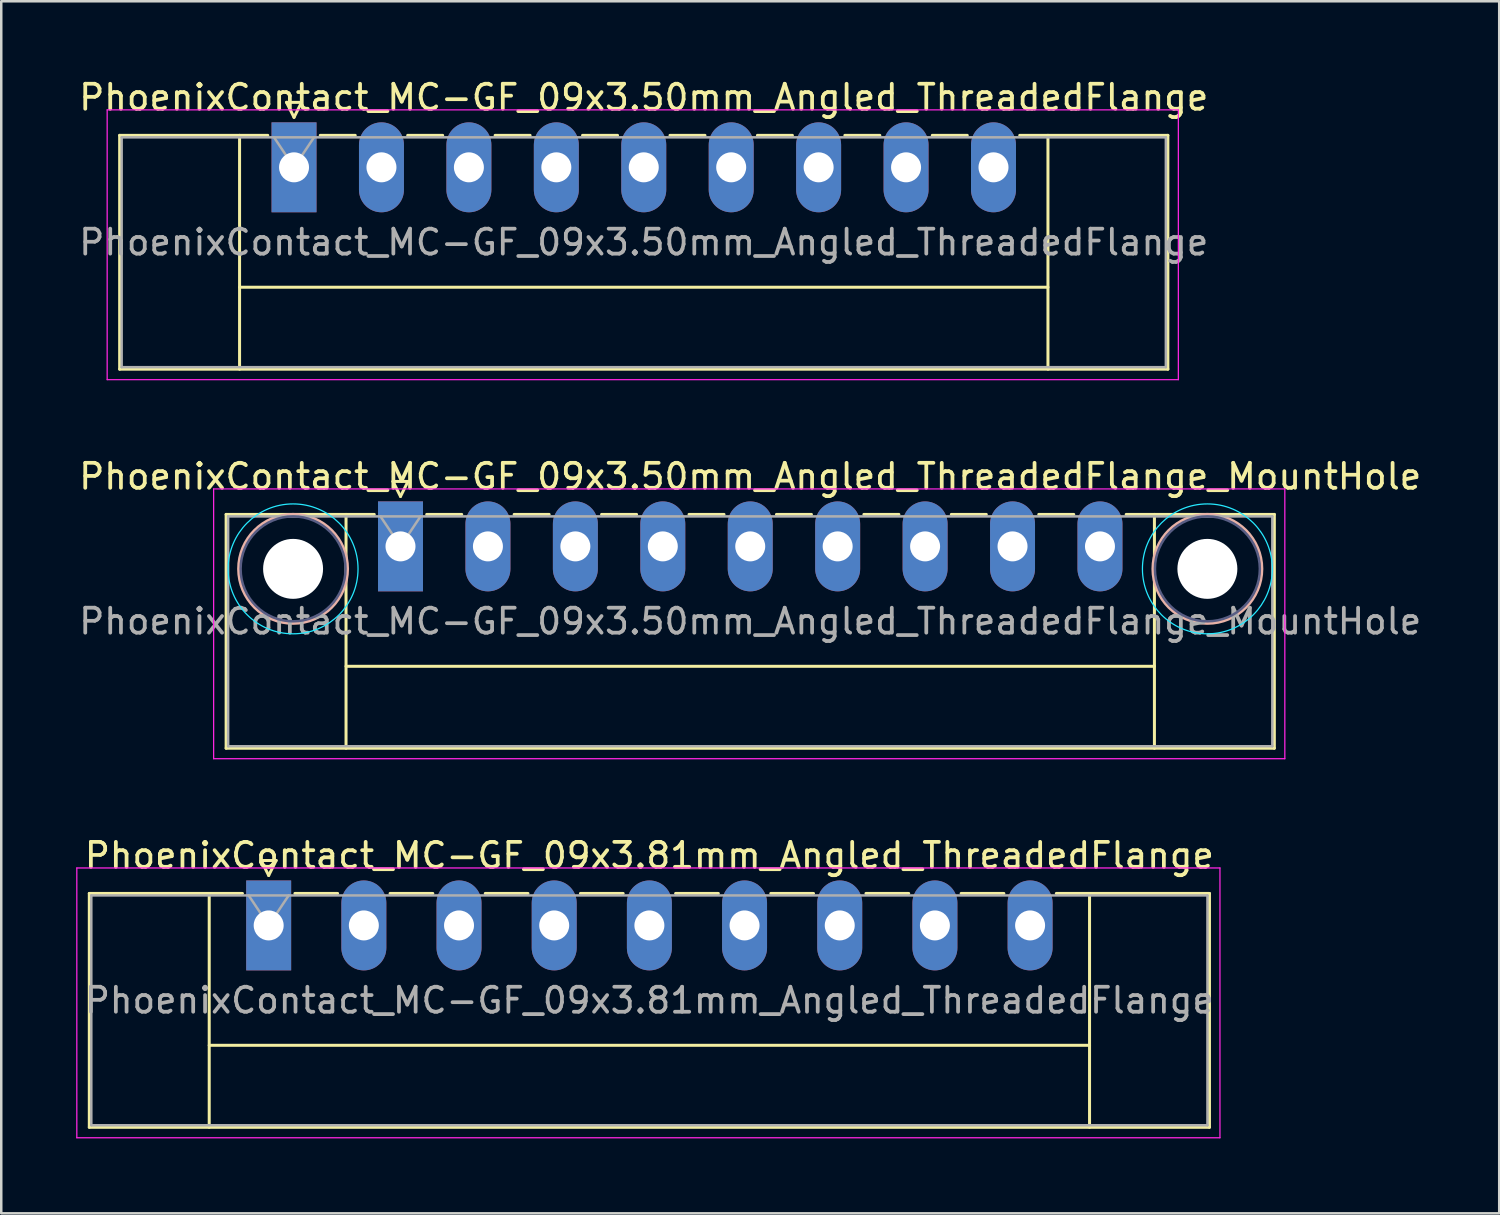
<source format=kicad_pcb>
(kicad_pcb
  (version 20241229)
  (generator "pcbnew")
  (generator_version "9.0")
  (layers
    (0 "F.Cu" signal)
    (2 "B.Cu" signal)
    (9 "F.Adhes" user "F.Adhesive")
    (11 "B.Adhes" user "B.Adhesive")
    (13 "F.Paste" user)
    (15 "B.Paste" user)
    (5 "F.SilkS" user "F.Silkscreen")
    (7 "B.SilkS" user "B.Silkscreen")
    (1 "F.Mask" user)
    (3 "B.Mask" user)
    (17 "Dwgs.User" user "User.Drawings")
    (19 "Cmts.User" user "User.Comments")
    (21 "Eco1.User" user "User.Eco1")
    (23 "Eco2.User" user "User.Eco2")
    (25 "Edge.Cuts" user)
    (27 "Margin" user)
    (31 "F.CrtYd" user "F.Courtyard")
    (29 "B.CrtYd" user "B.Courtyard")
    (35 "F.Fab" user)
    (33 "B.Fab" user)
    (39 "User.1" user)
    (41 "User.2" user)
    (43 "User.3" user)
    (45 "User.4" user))
  (footprint "PhoenixContact_MC-GF_09x3.50mm_Angled_ThreadedFlange_MountHole"
    (layer "F.Cu")
    (at 12.982 18.822)
    (property "Reference" "PhoenixContact_MC-GF_09x3.50mm_Angled_ThreadedFlange_MountHole" (at 14 -2.8 0) (layer "F.SilkS") (effects (font (size 1 1) (thickness 0.15))))
    (attr through_hole)
    (fp_line (start -6.98 -1.28) (end -6.98 8.08) (stroke (width 0.12) (type solid)) (layer "F.SilkS"))
    (fp_line (start -6.98 -1.28) (end -1.05 -1.28) (stroke (width 0.12) (type solid)) (layer "F.SilkS"))
    (fp_line (start -6.98 8.08) (end 34.98 8.08) (stroke (width 0.12) (type solid)) (layer "F.SilkS"))
    (fp_line (start -2.18 -1.28) (end -2.18 8.08) (stroke (width 0.12) (type solid)) (layer "F.SilkS"))
    (fp_line (start -2.18 4.8) (end 30.18 4.8) (stroke (width 0.12) (type solid)) (layer "F.SilkS"))
    (fp_line (start -0.3 -2.6) (end 0.3 -2.6) (stroke (width 0.12) (type solid)) (layer "F.SilkS"))
    (fp_line (start 0 -2) (end -0.3 -2.6) (stroke (width 0.12) (type solid)) (layer "F.SilkS"))
    (fp_line (start 0.3 -2.6) (end 0 -2) (stroke (width 0.12) (type solid)) (layer "F.SilkS"))
    (fp_line (start 1.05 -1.28) (end 2.45 -1.28) (stroke (width 0.12) (type solid)) (layer "F.SilkS"))
    (fp_line (start 4.55 -1.28) (end 5.95 -1.28) (stroke (width 0.12) (type solid)) (layer "F.SilkS"))
    (fp_line (start 8.05 -1.28) (end 9.45 -1.28) (stroke (width 0.12) (type solid)) (layer "F.SilkS"))
    (fp_line (start 11.55 -1.28) (end 12.95 -1.28) (stroke (width 0.12) (type solid)) (layer "F.SilkS"))
    (fp_line (start 15.05 -1.28) (end 16.45 -1.28) (stroke (width 0.12) (type solid)) (layer "F.SilkS"))
    (fp_line (start 18.55 -1.28) (end 19.95 -1.28) (stroke (width 0.12) (type solid)) (layer "F.SilkS"))
    (fp_line (start 22.05 -1.28) (end 23.45 -1.28) (stroke (width 0.12) (type solid)) (layer "F.SilkS"))
    (fp_line (start 25.55 -1.28) (end 26.95 -1.28) (stroke (width 0.12) (type solid)) (layer "F.SilkS"))
    (fp_line (start 30.18 -1.28) (end 30.18 8.08) (stroke (width 0.12) (type solid)) (layer "F.SilkS"))
    (fp_line (start 34.98 -1.28) (end 29.05 -1.28) (stroke (width 0.12) (type solid)) (layer "F.SilkS"))
    (fp_line (start 34.98 8.08) (end 34.98 -1.28) (stroke (width 0.12) (type solid)) (layer "F.SilkS"))
    (fp_circle (center -4.3 0.9) (end -2.12 0.9) (stroke (width 0.12) (type solid)) (fill no) (layer "B.SilkS"))
    (fp_circle (center 32.3 0.9) (end 34.48 0.9) (stroke (width 0.12) (type solid)) (fill no) (layer "B.SilkS"))
    (fp_circle (center -4.3 0.9) (end -1.7 0.9) (stroke (width 0.05) (type solid)) (fill no) (layer "B.CrtYd"))
    (fp_circle (center 32.3 0.9) (end 34.9 0.9) (stroke (width 0.05) (type solid)) (fill no) (layer "B.CrtYd"))
    (fp_line (start -7.48 -2.3) (end -7.48 8.5) (stroke (width 0.05) (type solid)) (layer "F.CrtYd"))
    (fp_line (start -7.48 8.5) (end 35.4 8.5) (stroke (width 0.05) (type solid)) (layer "F.CrtYd"))
    (fp_line (start 35.4 -2.3) (end -7.48 -2.3) (stroke (width 0.05) (type solid)) (layer "F.CrtYd"))
    (fp_line (start 35.4 8.5) (end 35.4 -2.3) (stroke (width 0.05) (type solid)) (layer "F.CrtYd"))
    (fp_circle (center -4.3 0.9) (end -2.2 0.9) (stroke (width 0.1) (type solid)) (fill no) (layer "B.Fab"))
    (fp_circle (center 32.3 0.9) (end 34.4 0.9) (stroke (width 0.1) (type solid)) (fill no) (layer "B.Fab"))
    (fp_line (start -6.9 -1.2) (end -6.9 8) (stroke (width 0.1) (type solid)) (layer "F.Fab"))
    (fp_line (start -6.9 8) (end 34.9 8) (stroke (width 0.1) (type solid)) (layer "F.Fab"))
    (fp_line (start 0 0) (end -0.8 -1.2) (stroke (width 0.1) (type solid)) (layer "F.Fab"))
    (fp_line (start 0.8 -1.2) (end 0 0) (stroke (width 0.1) (type solid)) (layer "F.Fab"))
    (fp_line (start 34.9 -1.2) (end -6.9 -1.2) (stroke (width 0.1) (type solid)) (layer "F.Fab"))
    (fp_line (start 34.9 8) (end 34.9 -1.2) (stroke (width 0.1) (type solid)) (layer "F.Fab"))
    (fp_text user "${REFERENCE}" (at 14 3 0) (layer "F.Fab") (effects (font (size 1 1) (thickness 0.15))))
    (pad "" np_thru_hole circle (at -4.3 0.9) (size 2.4 2.4) (drill 2.4) (layers "*.Cu" "*.Mask"))
    (pad "" np_thru_hole circle (at 32.3 0.9) (size 2.4 2.4) (drill 2.4) (layers "*.Cu" "*.Mask"))
    (pad "1" thru_hole rect (at 0 0) (size 1.8 3.6) (drill 1.2) (layers "*.Cu" "*.Mask"))
    (pad "2" thru_hole oval (at 3.5 0) (size 1.8 3.6) (drill 1.2) (layers "*.Cu" "*.Mask"))
    (pad "3" thru_hole oval (at 7 0) (size 1.8 3.6) (drill 1.2) (layers "*.Cu" "*.Mask"))
    (pad "4" thru_hole oval (at 10.5 0) (size 1.8 3.6) (drill 1.2) (layers "*.Cu" "*.Mask"))
    (pad "5" thru_hole oval (at 14 0) (size 1.8 3.6) (drill 1.2) (layers "*.Cu" "*.Mask"))
    (pad "6" thru_hole oval (at 17.5 0) (size 1.8 3.6) (drill 1.2) (layers "*.Cu" "*.Mask"))
    (pad "7" thru_hole oval (at 21 0) (size 1.8 3.6) (drill 1.2) (layers "*.Cu" "*.Mask"))
    (pad "8" thru_hole oval (at 24.5 0) (size 1.8 3.6) (drill 1.2) (layers "*.Cu" "*.Mask"))
    (pad "9" thru_hole oval (at 28 0) (size 1.8 3.6) (drill 1.2) (layers "*.Cu" "*.Mask")))
  (footprint "PhoenixContact_MC-GF_09x3.81mm_Angled_ThreadedFlange"
    (layer "F.Cu")
    (at 7.705 33.995)
    (property "Reference" "PhoenixContact_MC-GF_09x3.81mm_Angled_ThreadedFlange" (at 15.24 -2.8 0) (layer "F.SilkS") (effects (font (size 1 1) (thickness 0.15))))
    (attr through_hole)
    (fp_line (start -7.18 -1.28) (end -7.18 8.08) (stroke (width 0.12) (type solid)) (layer "F.SilkS"))
    (fp_line (start -7.18 -1.28) (end -1.05 -1.28) (stroke (width 0.12) (type solid)) (layer "F.SilkS"))
    (fp_line (start -7.18 8.08) (end 37.66 8.08) (stroke (width 0.12) (type solid)) (layer "F.SilkS"))
    (fp_line (start -2.38 -1.28) (end -2.38 8.08) (stroke (width 0.12) (type solid)) (layer "F.SilkS"))
    (fp_line (start -2.38 4.8) (end 32.86 4.8) (stroke (width 0.12) (type solid)) (layer "F.SilkS"))
    (fp_line (start -0.3 -2.6) (end 0.3 -2.6) (stroke (width 0.12) (type solid)) (layer "F.SilkS"))
    (fp_line (start 0 -2) (end -0.3 -2.6) (stroke (width 0.12) (type solid)) (layer "F.SilkS"))
    (fp_line (start 0.3 -2.6) (end 0 -2) (stroke (width 0.12) (type solid)) (layer "F.SilkS"))
    (fp_line (start 1.05 -1.28) (end 2.76 -1.28) (stroke (width 0.12) (type solid)) (layer "F.SilkS"))
    (fp_line (start 4.86 -1.28) (end 6.57 -1.28) (stroke (width 0.12) (type solid)) (layer "F.SilkS"))
    (fp_line (start 8.67 -1.28) (end 10.38 -1.28) (stroke (width 0.12) (type solid)) (layer "F.SilkS"))
    (fp_line (start 12.48 -1.28) (end 14.19 -1.28) (stroke (width 0.12) (type solid)) (layer "F.SilkS"))
    (fp_line (start 16.29 -1.28) (end 18 -1.28) (stroke (width 0.12) (type solid)) (layer "F.SilkS"))
    (fp_line (start 20.1 -1.28) (end 21.81 -1.28) (stroke (width 0.12) (type solid)) (layer "F.SilkS"))
    (fp_line (start 23.91 -1.28) (end 25.62 -1.28) (stroke (width 0.12) (type solid)) (layer "F.SilkS"))
    (fp_line (start 27.72 -1.28) (end 29.43 -1.28) (stroke (width 0.12) (type solid)) (layer "F.SilkS"))
    (fp_line (start 32.86 -1.28) (end 32.86 8.08) (stroke (width 0.12) (type solid)) (layer "F.SilkS"))
    (fp_line (start 37.66 -1.28) (end 31.53 -1.28) (stroke (width 0.12) (type solid)) (layer "F.SilkS"))
    (fp_line (start 37.66 8.08) (end 37.66 -1.28) (stroke (width 0.12) (type solid)) (layer "F.SilkS"))
    (fp_line (start -7.68 -2.3) (end -7.68 8.5) (stroke (width 0.05) (type solid)) (layer "F.CrtYd"))
    (fp_line (start -7.68 8.5) (end 38.08 8.5) (stroke (width 0.05) (type solid)) (layer "F.CrtYd"))
    (fp_line (start 38.08 -2.3) (end -7.68 -2.3) (stroke (width 0.05) (type solid)) (layer "F.CrtYd"))
    (fp_line (start 38.08 8.5) (end 38.08 -2.3) (stroke (width 0.05) (type solid)) (layer "F.CrtYd"))
    (fp_line (start -7.1 -1.2) (end -7.1 8) (stroke (width 0.1) (type solid)) (layer "F.Fab"))
    (fp_line (start -7.1 8) (end 37.58 8) (stroke (width 0.1) (type solid)) (layer "F.Fab"))
    (fp_line (start 0 0) (end -0.8 -1.2) (stroke (width 0.1) (type solid)) (layer "F.Fab"))
    (fp_line (start 0.8 -1.2) (end 0 0) (stroke (width 0.1) (type solid)) (layer "F.Fab"))
    (fp_line (start 37.58 -1.2) (end -7.1 -1.2) (stroke (width 0.1) (type solid)) (layer "F.Fab"))
    (fp_line (start 37.58 8) (end 37.58 -1.2) (stroke (width 0.1) (type solid)) (layer "F.Fab"))
    (fp_text user "${REFERENCE}" (at 15.24 3 0) (layer "F.Fab") (effects (font (size 1 1) (thickness 0.15))))
    (pad "1" thru_hole rect (at 0 0) (size 1.8 3.6) (drill 1.2) (layers "*.Cu" "*.Mask"))
    (pad "2" thru_hole oval (at 3.81 0) (size 1.8 3.6) (drill 1.2) (layers "*.Cu" "*.Mask"))
    (pad "3" thru_hole oval (at 7.62 0) (size 1.8 3.6) (drill 1.2) (layers "*.Cu" "*.Mask"))
    (pad "4" thru_hole oval (at 11.43 0) (size 1.8 3.6) (drill 1.2) (layers "*.Cu" "*.Mask"))
    (pad "5" thru_hole oval (at 15.24 0) (size 1.8 3.6) (drill 1.2) (layers "*.Cu" "*.Mask"))
    (pad "6" thru_hole oval (at 19.05 0) (size 1.8 3.6) (drill 1.2) (layers "*.Cu" "*.Mask"))
    (pad "7" thru_hole oval (at 22.86 0) (size 1.8 3.6) (drill 1.2) (layers "*.Cu" "*.Mask"))
    (pad "8" thru_hole oval (at 26.67 0) (size 1.8 3.6) (drill 1.2) (layers "*.Cu" "*.Mask"))
    (pad "9" thru_hole oval (at 30.48 0) (size 1.8 3.6) (drill 1.2) (layers "*.Cu" "*.Mask")))
  (footprint "PhoenixContact_MC-GF_09x3.50mm_Angled_ThreadedFlange"
    (layer "F.Cu")
    (at 8.72 3.648)
    (property "Reference" "PhoenixContact_MC-GF_09x3.50mm_Angled_ThreadedFlange" (at 14 -2.8 0) (layer "F.SilkS") (effects (font (size 1 1) (thickness 0.15))))
    (attr through_hole)
    (fp_line (start -6.98 -1.28) (end -6.98 8.08) (stroke (width 0.12) (type solid)) (layer "F.SilkS"))
    (fp_line (start -6.98 -1.28) (end -1.05 -1.28) (stroke (width 0.12) (type solid)) (layer "F.SilkS"))
    (fp_line (start -6.98 8.08) (end 34.98 8.08) (stroke (width 0.12) (type solid)) (layer "F.SilkS"))
    (fp_line (start -2.18 -1.28) (end -2.18 8.08) (stroke (width 0.12) (type solid)) (layer "F.SilkS"))
    (fp_line (start -2.18 4.8) (end 30.18 4.8) (stroke (width 0.12) (type solid)) (layer "F.SilkS"))
    (fp_line (start -0.3 -2.6) (end 0.3 -2.6) (stroke (width 0.12) (type solid)) (layer "F.SilkS"))
    (fp_line (start 0 -2) (end -0.3 -2.6) (stroke (width 0.12) (type solid)) (layer "F.SilkS"))
    (fp_line (start 0.3 -2.6) (end 0 -2) (stroke (width 0.12) (type solid)) (layer "F.SilkS"))
    (fp_line (start 1.05 -1.28) (end 2.45 -1.28) (stroke (width 0.12) (type solid)) (layer "F.SilkS"))
    (fp_line (start 4.55 -1.28) (end 5.95 -1.28) (stroke (width 0.12) (type solid)) (layer "F.SilkS"))
    (fp_line (start 8.05 -1.28) (end 9.45 -1.28) (stroke (width 0.12) (type solid)) (layer "F.SilkS"))
    (fp_line (start 11.55 -1.28) (end 12.95 -1.28) (stroke (width 0.12) (type solid)) (layer "F.SilkS"))
    (fp_line (start 15.05 -1.28) (end 16.45 -1.28) (stroke (width 0.12) (type solid)) (layer "F.SilkS"))
    (fp_line (start 18.55 -1.28) (end 19.95 -1.28) (stroke (width 0.12) (type solid)) (layer "F.SilkS"))
    (fp_line (start 22.05 -1.28) (end 23.45 -1.28) (stroke (width 0.12) (type solid)) (layer "F.SilkS"))
    (fp_line (start 25.55 -1.28) (end 26.95 -1.28) (stroke (width 0.12) (type solid)) (layer "F.SilkS"))
    (fp_line (start 30.18 -1.28) (end 30.18 8.08) (stroke (width 0.12) (type solid)) (layer "F.SilkS"))
    (fp_line (start 34.98 -1.28) (end 29.05 -1.28) (stroke (width 0.12) (type solid)) (layer "F.SilkS"))
    (fp_line (start 34.98 8.08) (end 34.98 -1.28) (stroke (width 0.12) (type solid)) (layer "F.SilkS"))
    (fp_line (start -7.48 -2.3) (end -7.48 8.5) (stroke (width 0.05) (type solid)) (layer "F.CrtYd"))
    (fp_line (start -7.48 8.5) (end 35.4 8.5) (stroke (width 0.05) (type solid)) (layer "F.CrtYd"))
    (fp_line (start 35.4 -2.3) (end -7.48 -2.3) (stroke (width 0.05) (type solid)) (layer "F.CrtYd"))
    (fp_line (start 35.4 8.5) (end 35.4 -2.3) (stroke (width 0.05) (type solid)) (layer "F.CrtYd"))
    (fp_line (start -6.9 -1.2) (end -6.9 8) (stroke (width 0.1) (type solid)) (layer "F.Fab"))
    (fp_line (start -6.9 8) (end 34.9 8) (stroke (width 0.1) (type solid)) (layer "F.Fab"))
    (fp_line (start 0 0) (end -0.8 -1.2) (stroke (width 0.1) (type solid)) (layer "F.Fab"))
    (fp_line (start 0.8 -1.2) (end 0 0) (stroke (width 0.1) (type solid)) (layer "F.Fab"))
    (fp_line (start 34.9 -1.2) (end -6.9 -1.2) (stroke (width 0.1) (type solid)) (layer "F.Fab"))
    (fp_line (start 34.9 8) (end 34.9 -1.2) (stroke (width 0.1) (type solid)) (layer "F.Fab"))
    (fp_text user "${REFERENCE}" (at 14 3 0) (layer "F.Fab") (effects (font (size 1 1) (thickness 0.15))))
    (pad "1" thru_hole rect (at 0 0) (size 1.8 3.6) (drill 1.2) (layers "*.Cu" "*.Mask"))
    (pad "2" thru_hole oval (at 3.5 0) (size 1.8 3.6) (drill 1.2) (layers "*.Cu" "*.Mask"))
    (pad "3" thru_hole oval (at 7 0) (size 1.8 3.6) (drill 1.2) (layers "*.Cu" "*.Mask"))
    (pad "4" thru_hole oval (at 10.5 0) (size 1.8 3.6) (drill 1.2) (layers "*.Cu" "*.Mask"))
    (pad "5" thru_hole oval (at 14 0) (size 1.8 3.6) (drill 1.2) (layers "*.Cu" "*.Mask"))
    (pad "6" thru_hole oval (at 17.5 0) (size 1.8 3.6) (drill 1.2) (layers "*.Cu" "*.Mask"))
    (pad "7" thru_hole oval (at 21 0) (size 1.8 3.6) (drill 1.2) (layers "*.Cu" "*.Mask"))
    (pad "8" thru_hole oval (at 24.5 0) (size 1.8 3.6) (drill 1.2) (layers "*.Cu" "*.Mask"))
    (pad "9" thru_hole oval (at 28 0) (size 1.8 3.6) (drill 1.2) (layers "*.Cu" "*.Mask")))
  (gr_rect
    (start -3 -3)
    (end 56.964 45.52)
    (stroke (width 0.1) (type default))
    (fill no)
    (layer "Edge.Cuts")))
</source>
